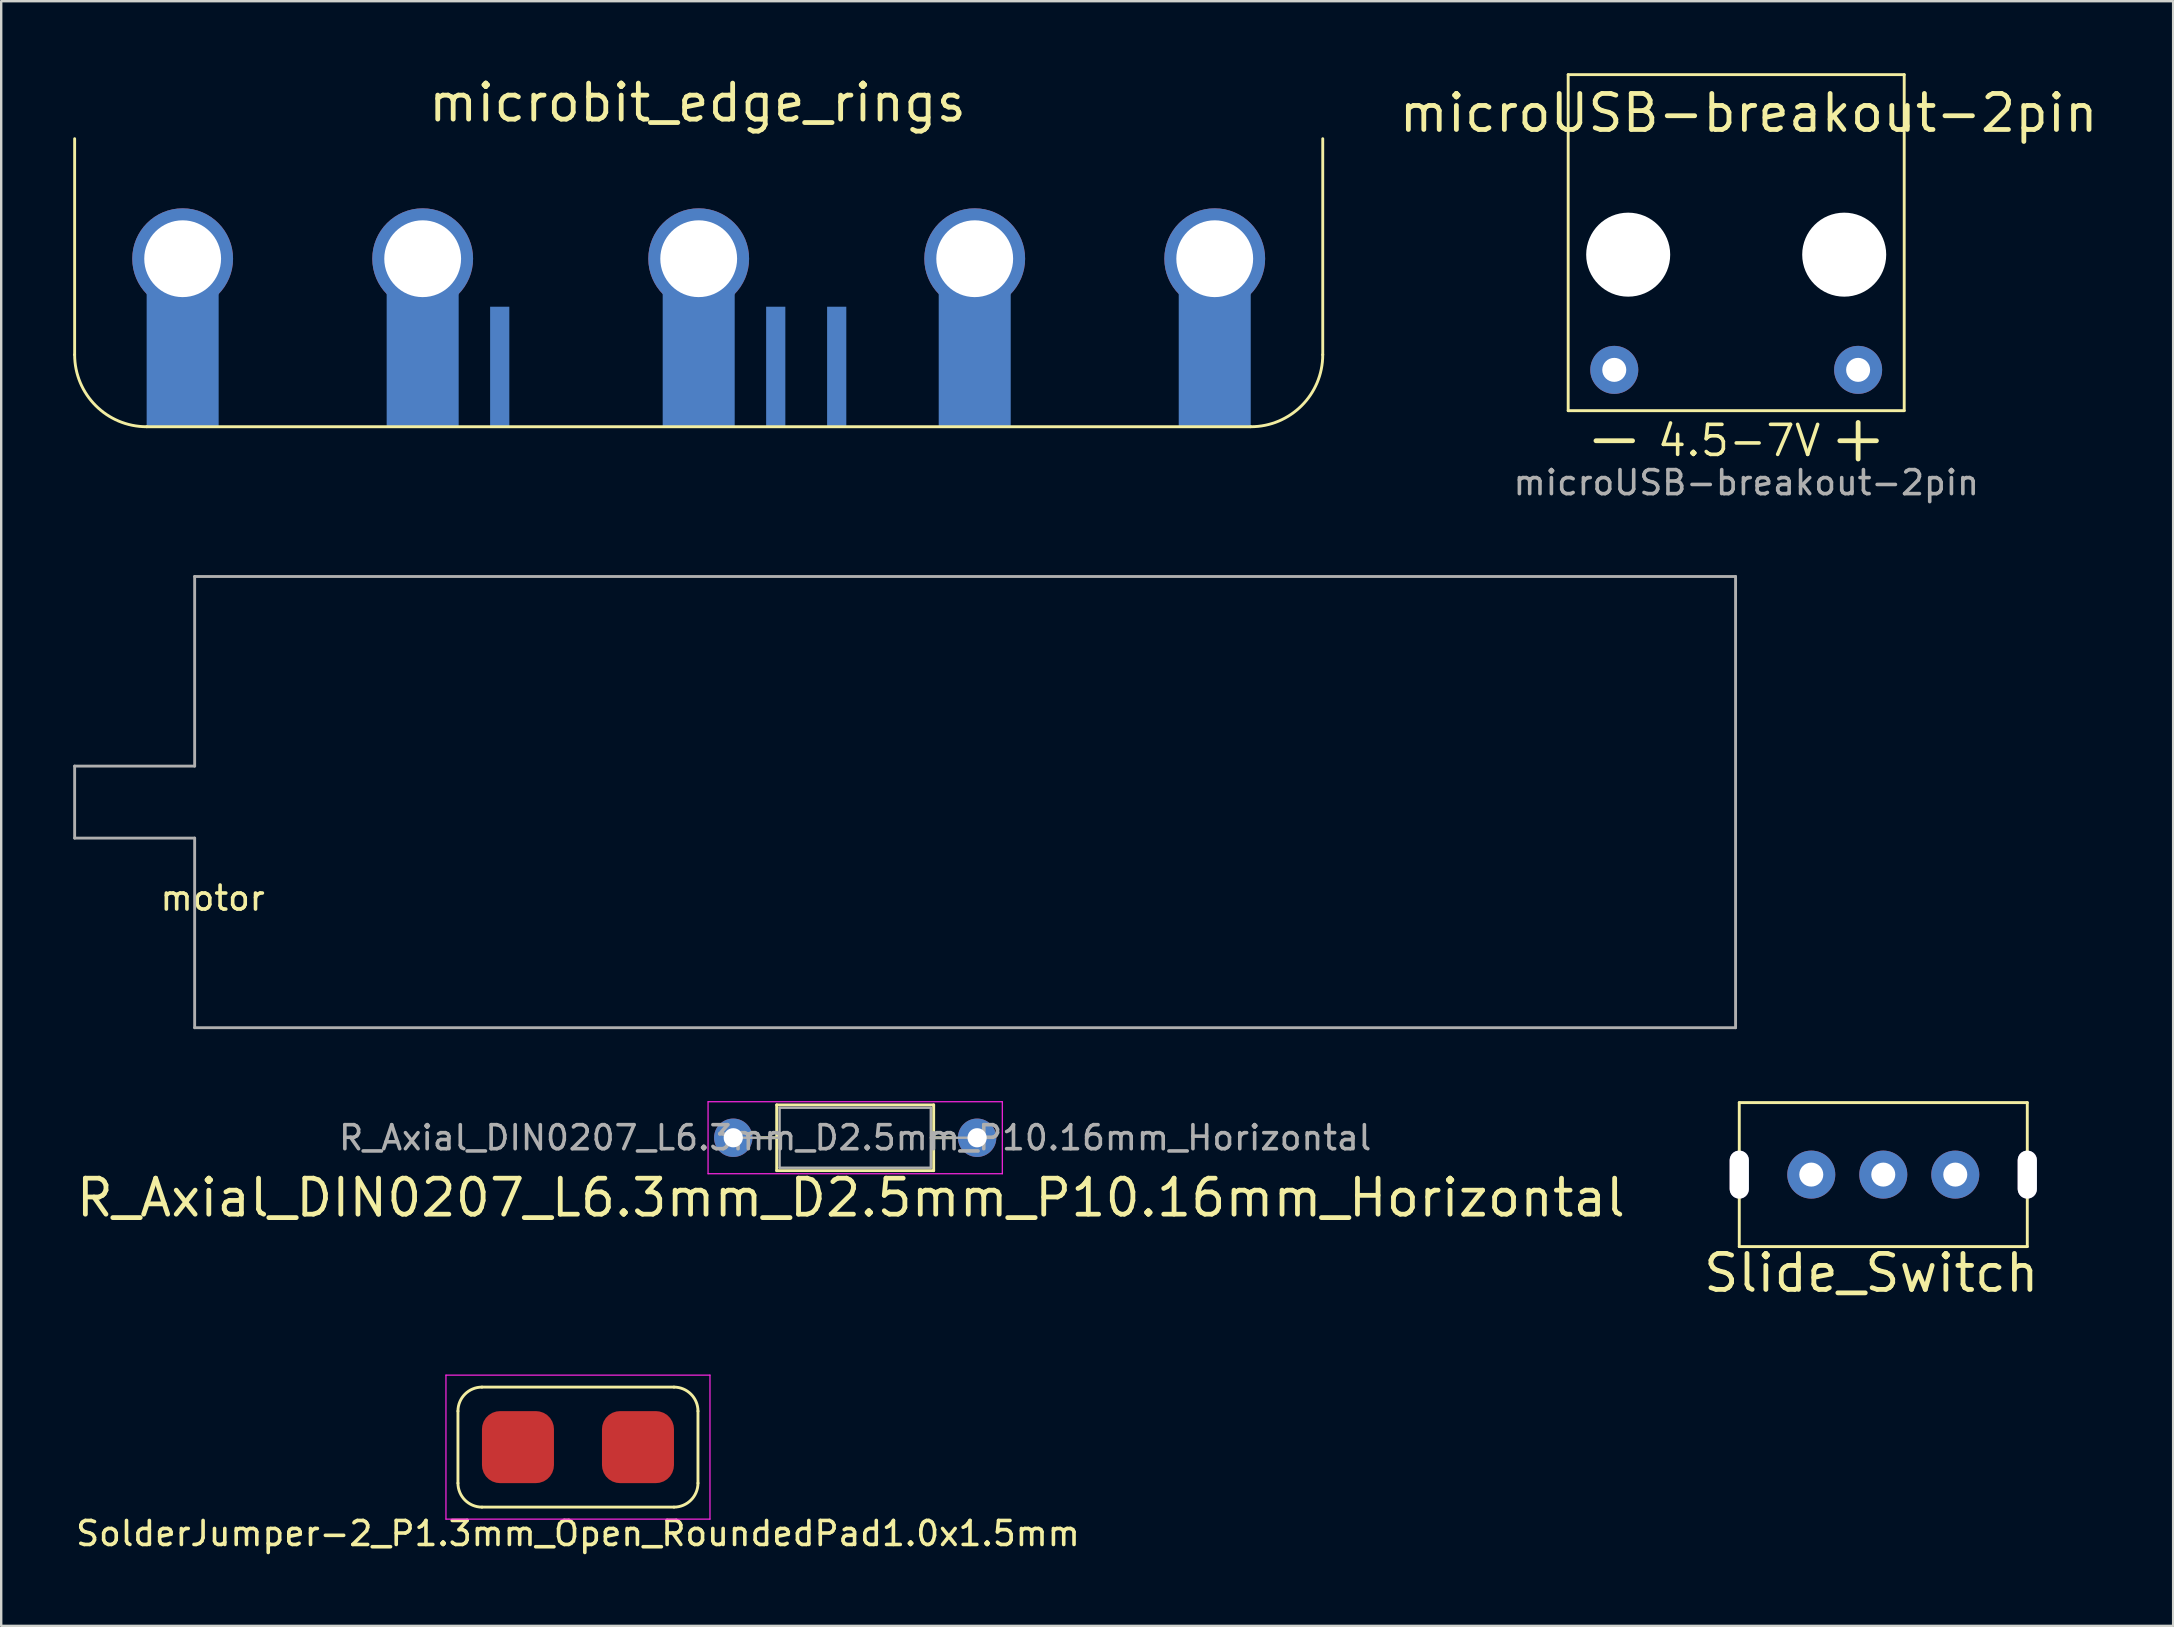
<source format=kicad_pcb>
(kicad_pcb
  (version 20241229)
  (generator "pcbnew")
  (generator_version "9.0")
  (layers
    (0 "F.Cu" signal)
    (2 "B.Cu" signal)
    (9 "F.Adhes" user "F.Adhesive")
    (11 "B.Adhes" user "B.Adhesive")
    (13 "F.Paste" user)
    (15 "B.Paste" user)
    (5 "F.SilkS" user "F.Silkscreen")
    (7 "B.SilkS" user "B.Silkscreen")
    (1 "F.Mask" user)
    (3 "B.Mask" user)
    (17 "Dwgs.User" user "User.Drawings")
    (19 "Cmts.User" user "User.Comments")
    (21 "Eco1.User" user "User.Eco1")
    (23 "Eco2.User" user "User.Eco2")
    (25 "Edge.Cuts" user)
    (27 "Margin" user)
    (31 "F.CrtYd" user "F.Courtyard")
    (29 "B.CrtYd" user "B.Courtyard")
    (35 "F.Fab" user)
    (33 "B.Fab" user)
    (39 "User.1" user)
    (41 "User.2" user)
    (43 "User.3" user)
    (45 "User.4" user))
  (footprint "SolderJumper-2_P1.3mm_Open_RoundedPad1.0x1.5mm"
    (layer "F.Cu")
    (at 21.03 57.242)
    (property "Reference" "SolderJumper-2_P1.3mm_Open_RoundedPad1.0x1.5mm" (at 0 3.6 0) (layer "F.SilkS") (effects (font (size 1 1) (thickness 0.15))))
    (attr exclude_from_pos_files exclude_from_bom)
    (fp_line (start -5 1.5) (end -5 -1.5) (stroke (width 0.12) (type solid)) (layer "F.SilkS"))
    (fp_line (start -4 -2.5) (end 4 -2.5) (stroke (width 0.12) (type solid)) (layer "F.SilkS"))
    (fp_line (start 4 2.5) (end -4 2.5) (stroke (width 0.12) (type solid)) (layer "F.SilkS"))
    (fp_line (start 5 -1.5) (end 5 1.5) (stroke (width 0.12) (type solid)) (layer "F.SilkS"))
    (fp_arc (start -5 -1.5) (mid -4.707107 -2.207107) (end -4 -2.5) (stroke (width 0.12) (type solid)) (layer "F.SilkS"))
    (fp_arc (start -4 2.5) (mid -4.707107 2.207107) (end -5 1.5) (stroke (width 0.12) (type solid)) (layer "F.SilkS"))
    (fp_arc (start 4 -2.5) (mid 4.707107 -2.207107) (end 5 -1.5) (stroke (width 0.12) (type solid)) (layer "F.SilkS"))
    (fp_arc (start 5 1.5) (mid 4.707107 2.207107) (end 4 2.5) (stroke (width 0.12) (type solid)) (layer "F.SilkS"))
    (fp_line (start -5.5 -3) (end -5.5 3) (stroke (width 0.05) (type solid)) (layer "F.CrtYd"))
    (fp_line (start -5.5 -3) (end 5.5 -3) (stroke (width 0.05) (type solid)) (layer "F.CrtYd"))
    (fp_line (start 5.5 3) (end -5.5 3) (stroke (width 0.05) (type solid)) (layer "F.CrtYd"))
    (fp_line (start 5.5 3) (end 5.5 -3) (stroke (width 0.05) (type solid)) (layer "F.CrtYd"))
    (pad "1" smd roundrect (at -2.5 0) (size 3 3) (layers "F.Cu" "F.Mask") (roundrect_rratio 0.25))
    (pad "2" smd roundrect (at 2.5 0) (size 3 3) (layers "F.Cu" "F.Mask") (roundrect_rratio 0.25)))
  (footprint "microUSB-breakout-2pin"
    (layer "F.Cu")
    (at 64.206 12.36)
    (property "Reference" "microUSB-breakout-2pin" (at 5.6 -10.7 0) (layer "F.SilkS") (effects (font (size 1.5 1.5) (thickness 0.2))))
    (attr through_hole)
    (fp_line (start -1.92 -12.3) (end -1.92 1.7) (stroke (width 0.12) (type solid)) (layer "F.SilkS"))
    (fp_line (start -1.92 1.7) (end 12.08 1.7) (stroke (width 0.12) (type solid)) (layer "F.SilkS"))
    (fp_line (start 12.08 -12.3) (end -1.92 -12.3) (stroke (width 0.12) (type solid)) (layer "F.SilkS"))
    (fp_line (start 12.08 1.7) (end 12.08 -12.3) (stroke (width 0.12) (type solid)) (layer "F.SilkS"))
    (fp_text user "+" (at 10.16 2.8 0) (layer "F.SilkS") (effects (font (size 2 2) (thickness 0.2))))
    (fp_text user "-" (at 0 2.8 0) (layer "F.SilkS") (effects (font (size 2 2) (thickness 0.2))))
    (fp_text user "4.5-7V" (at 5.2 2.95 0) (layer "F.SilkS") (effects (font (size 1.25 1.25) (thickness 0.15))))
    (fp_text user "${REFERENCE}" (at 5.5 4.7 180) (layer "F.Fab") (effects (font (size 1 1) (thickness 0.15))))
    (pad "" np_thru_hole circle (at 0.58 -4.8) (size 3.5 3.5) (drill 3.5) (layers "*.Cu" "*.Mask"))
    (pad "" np_thru_hole circle (at 9.58 -4.8) (size 3.5 3.5) (drill 3.5) (layers "*.Cu" "*.Mask"))
    (pad "1" thru_hole circle (at 0 0) (size 2 2) (drill 1) (layers "*.Cu" "*.Mask"))
    (pad "2" thru_hole circle (at 10.16 0 90) (size 2 2) (drill 1) (layers "*.Cu" "*.Mask")))
  (footprint "Slide_Switch"
    (layer "F.Cu")
    (at 72.414 45.888)
    (property "Reference" "Slide_Switch" (at 2.5 4.1 0) (layer "F.SilkS") (effects (font (size 1.5 1.5) (thickness 0.2))))
    (attr through_hole)
    (fp_line (start -3 -3) (end 9 -3) (stroke (width 0.12) (type solid)) (layer "F.SilkS"))
    (fp_line (start -3 3) (end -3 -3) (stroke (width 0.12) (type solid)) (layer "F.SilkS"))
    (fp_line (start 9 -3) (end 9 3) (stroke (width 0.12) (type solid)) (layer "F.SilkS"))
    (fp_line (start 9 3) (end -3 3) (stroke (width 0.12) (type solid)) (layer "F.SilkS"))
    (pad "" np_thru_hole roundrect (at -3 0) (size 0.8 2) (drill oval 0.8 2) (layers "*.Cu" "*.Mask") (roundrect_rratio 0.5))
    (pad "" np_thru_hole roundrect (at 9 0) (size 0.8 2) (drill oval 0.8 2) (layers "*.Cu" "*.Mask") (roundrect_rratio 0.5))
    (pad "1" thru_hole circle (at 0 0) (size 2 2) (drill 1) (layers "*.Cu" "*.Mask"))
    (pad "2" thru_hole circle (at 3 0) (size 2 2) (drill 1) (layers "*.Cu" "*.Mask"))
    (pad "3" thru_hole circle (at 6 0) (size 2 2) (drill 1) (layers "*.Cu" "*.Mask")))
  (footprint "R_Axial_DIN0207_L6.3mm_D2.5mm_P10.16mm_Horizontal"
    (layer "F.Cu")
    (at 27.5 44.353)
    (property "Reference" "R_Axial_DIN0207_L6.3mm_D2.5mm_P10.16mm_Horizontal" (at 4.9 2.5 180) (layer "F.SilkS") (effects (font (size 1.5 1.5) (thickness 0.2))))
    (attr through_hole)
    (fp_line (start 1.04 0) (end 1.81 0) (stroke (width 0.12) (type solid)) (layer "F.SilkS"))
    (fp_line (start 1.81 -1.37) (end 1.81 1.37) (stroke (width 0.12) (type solid)) (layer "F.SilkS"))
    (fp_line (start 1.81 1.37) (end 8.35 1.37) (stroke (width 0.12) (type solid)) (layer "F.SilkS"))
    (fp_line (start 8.35 -1.37) (end 1.81 -1.37) (stroke (width 0.12) (type solid)) (layer "F.SilkS"))
    (fp_line (start 8.35 1.37) (end 8.35 -1.37) (stroke (width 0.12) (type solid)) (layer "F.SilkS"))
    (fp_line (start 9.12 0) (end 8.35 0) (stroke (width 0.12) (type solid)) (layer "F.SilkS"))
    (fp_line (start -1.05 -1.5) (end -1.05 1.5) (stroke (width 0.05) (type solid)) (layer "F.CrtYd"))
    (fp_line (start -1.05 1.5) (end 11.21 1.5) (stroke (width 0.05) (type solid)) (layer "F.CrtYd"))
    (fp_line (start 11.21 -1.5) (end -1.05 -1.5) (stroke (width 0.05) (type solid)) (layer "F.CrtYd"))
    (fp_line (start 11.21 1.5) (end 11.21 -1.5) (stroke (width 0.05) (type solid)) (layer "F.CrtYd"))
    (fp_line (start 0 0) (end 1.93 0) (stroke (width 0.1) (type solid)) (layer "F.Fab"))
    (fp_line (start 1.93 -1.25) (end 1.93 1.25) (stroke (width 0.1) (type solid)) (layer "F.Fab"))
    (fp_line (start 1.93 1.25) (end 8.23 1.25) (stroke (width 0.1) (type solid)) (layer "F.Fab"))
    (fp_line (start 8.23 -1.25) (end 1.93 -1.25) (stroke (width 0.1) (type solid)) (layer "F.Fab"))
    (fp_line (start 8.23 1.25) (end 8.23 -1.25) (stroke (width 0.1) (type solid)) (layer "F.Fab"))
    (fp_line (start 10.16 0) (end 8.23 0) (stroke (width 0.1) (type solid)) (layer "F.Fab"))
    (fp_text user "${REFERENCE}" (at 5.08 0 180) (layer "F.Fab") (effects (font (size 1 1) (thickness 0.15))))
    (pad "1" thru_hole circle (at 0 0) (size 1.6 1.6) (drill 0.8) (layers "*.Cu" "*.Mask"))
    (pad "2" thru_hole oval (at 10.16 0) (size 1.6 1.6) (drill 0.8) (layers "*.Cu" "*.Mask")))
  (footprint "motor"
    (layer "F.Cu")
    (at 5.06 30.368)
    (property "Reference" "motor" (at 0.75 4 0) (layer "F.SilkS") (effects (font (size 1 1) (thickness 0.15))))
    (attr through_hole)
    (fp_line (start -5 -1.5) (end -5 1.5) (stroke (width 0.12) (type solid)) (layer "F.Fab"))
    (fp_line (start -5 -1.5) (end 0 -1.5) (stroke (width 0.12) (type solid)) (layer "F.Fab"))
    (fp_line (start 0 -9.4) (end 64.2 -9.4) (stroke (width 0.12) (type solid)) (layer "F.Fab"))
    (fp_line (start 0 -1.5) (end 0 -9.4) (stroke (width 0.12) (type solid)) (layer "F.Fab"))
    (fp_line (start 0 1.5) (end -5 1.5) (stroke (width 0.12) (type solid)) (layer "F.Fab"))
    (fp_line (start 0 1.5) (end 0 9.4) (stroke (width 0.12) (type solid)) (layer "F.Fab"))
    (fp_line (start 64.2 -9.4) (end 64.2 9.4) (stroke (width 0.12) (type solid)) (layer "F.Fab"))
    (fp_line (start 64.2 9.4) (end 0 9.4) (stroke (width 0.12) (type solid)) (layer "F.Fab")))
  (footprint "microbit_edge_rings"
    (layer "F.Cu")
    (at 26.06 7.729)
    (property "Reference" "microbit_edge_rings" (at -0.05 -6.5 0) (layer "F.SilkS") (effects (font (size 1.5 1.5) (thickness 0.2))))
    (attr through_hole)
    (fp_line (start -26 4) (end -26 -5) (stroke (width 0.12) (type solid)) (layer "F.SilkS"))
    (fp_line (start -23 7) (end 23 7) (stroke (width 0.12) (type solid)) (layer "F.SilkS"))
    (fp_line (start 26 4) (end 26 -5) (stroke (width 0.12) (type solid)) (layer "F.SilkS"))
    (fp_arc (start -23 7) (mid -25.12132 6.12132) (end -26 4) (stroke (width 0.12) (type solid)) (layer "F.SilkS"))
    (fp_arc (start 26 4) (mid 25.12132 6.12132) (end 23 7) (stroke (width 0.12) (type solid)) (layer "F.SilkS"))
    (pad "" thru_hole circle (at -21.5 0) (size 4.2 4.2) (drill 3.2) (layers "*.Cu" "*.Mask"))
    (pad "" thru_hole circle (at -11.5 0) (size 4.2 4.2) (drill 3.2) (layers "*.Cu" "*.Mask"))
    (pad "" thru_hole circle (at 0 0) (size 4.2 4.2) (drill 3.2) (layers "*.Cu" "*.Mask"))
    (pad "" thru_hole circle (at 11.5 0) (size 4.2 4.2) (drill 3.2) (layers "*.Cu" "*.Mask"))
    (pad "" thru_hole circle (at 21.5 0) (size 4.2 4.2) (drill 3.2) (layers "*.Cu" "*.Mask"))
    (pad "1" connect rect (at -21.5 3.5) (size 3 7) (layers "B.Cu" "B.Mask"))
    (pad "2" connect rect (at -11.5 3.5) (size 3 7) (layers "B.Cu" "B.Mask"))
    (pad "3" connect rect (at -8.29 4.5) (size 0.8 5) (layers "B.Cu" "B.Mask"))
    (pad "4" connect rect (at 0 3.5) (size 3 7) (layers "B.Cu" "B.Mask"))
    (pad "5" connect rect (at 3.21 4.5) (size 0.8 5) (layers "B.Cu" "B.Mask"))
    (pad "6" connect rect (at 5.75 4.5) (size 0.8 5) (layers "B.Cu" "B.Mask"))
    (pad "7" connect rect (at 11.5 3.5) (size 3 7) (layers "B.Cu" "B.Mask"))
    (pad "8" connect rect (at 21.5 3.5) (size 3 7) (layers "B.Cu" "B.Mask")))
  (gr_rect
    (start -3 -3)
    (end 87.491 64.69)
    (stroke (width 0.1) (type default))
    (fill no)
    (layer "Edge.Cuts")))
</source>
